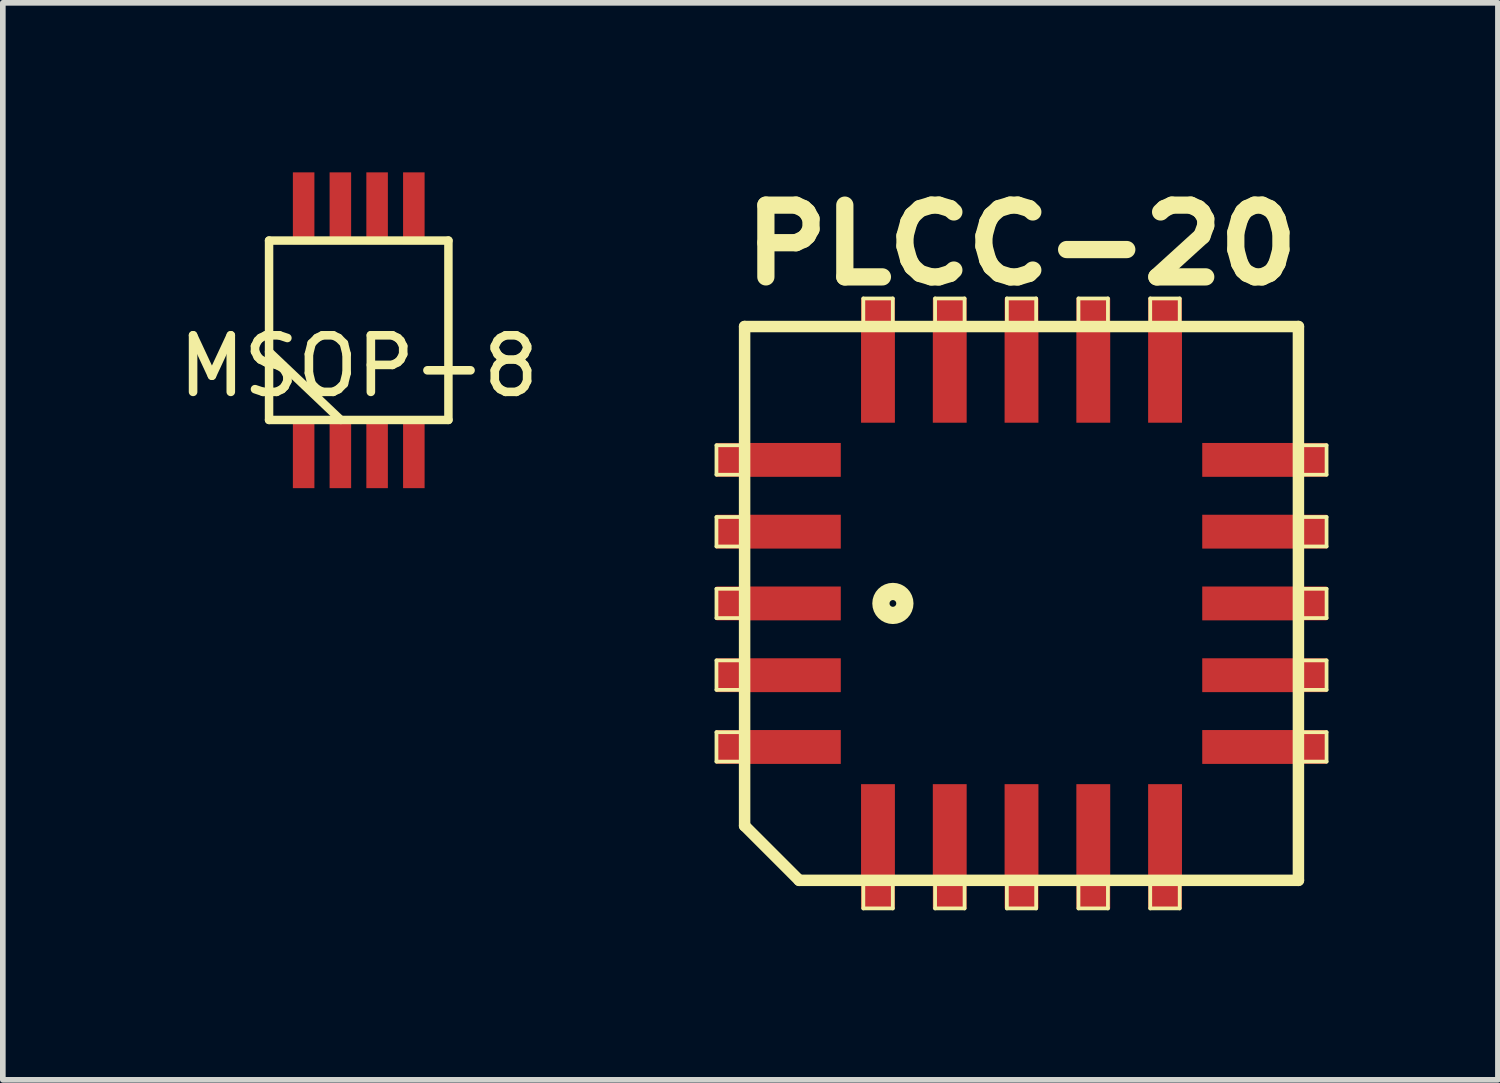
<source format=kicad_pcb>
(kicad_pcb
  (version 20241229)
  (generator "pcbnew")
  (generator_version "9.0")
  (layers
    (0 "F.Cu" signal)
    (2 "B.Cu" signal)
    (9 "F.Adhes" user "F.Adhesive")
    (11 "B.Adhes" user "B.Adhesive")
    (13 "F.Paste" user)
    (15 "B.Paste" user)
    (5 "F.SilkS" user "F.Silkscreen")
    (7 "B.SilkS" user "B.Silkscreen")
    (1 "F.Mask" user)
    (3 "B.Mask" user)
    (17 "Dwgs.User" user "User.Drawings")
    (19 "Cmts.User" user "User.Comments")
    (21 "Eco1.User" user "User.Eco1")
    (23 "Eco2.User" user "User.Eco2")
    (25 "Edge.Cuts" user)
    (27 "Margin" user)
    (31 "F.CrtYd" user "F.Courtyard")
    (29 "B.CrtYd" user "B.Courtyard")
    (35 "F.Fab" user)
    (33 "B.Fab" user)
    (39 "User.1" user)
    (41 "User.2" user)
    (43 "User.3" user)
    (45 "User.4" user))
  (footprint "MSOP-8"
    (layer "F.Cu")
    (at 3.298 2.794)
    (property "Reference" "MSOP-8" (at 0 0.635 0) (layer "F.SilkS") (effects (font (size 1.001 1.001) (thickness 0.152))))
    (attr through_hole)
    (fp_line (start -1.587 -1.587) (end -1.587 1.587) (stroke (width 0.15) (type solid)) (layer "F.SilkS"))
    (fp_line (start -1.587 1.587) (end 1.587 1.587) (stroke (width 0.15) (type solid)) (layer "F.SilkS"))
    (fp_line (start -0.318 1.587) (end -1.587 0.381) (stroke (width 0.15) (type solid)) (layer "F.SilkS"))
    (fp_line (start 1.587 -1.587) (end -1.587 -1.587) (stroke (width 0.15) (type solid)) (layer "F.SilkS"))
    (fp_line (start 1.587 1.587) (end 1.587 -1.587) (stroke (width 0.15) (type solid)) (layer "F.SilkS"))
    (pad "1" smd rect (at -0.975 2.159) (size 0.381 1.27) (layers "F.Cu" "F.Mask" "F.Paste"))
    (pad "2" smd rect (at -0.325 2.159) (size 0.381 1.27) (layers "F.Cu" "F.Mask" "F.Paste"))
    (pad "3" smd rect (at 0.325 2.159) (size 0.381 1.27) (layers "F.Cu" "F.Mask" "F.Paste"))
    (pad "4" smd rect (at 0.975 2.159) (size 0.381 1.27) (layers "F.Cu" "F.Mask" "F.Paste"))
    (pad "5" smd rect (at 0.975 -2.159) (size 0.381 1.27) (layers "F.Cu" "F.Mask" "F.Paste"))
    (pad "6" smd rect (at 0.325 -2.159) (size 0.381 1.27) (layers "F.Cu" "F.Mask" "F.Paste"))
    (pad "7" smd rect (at -0.325 -2.159) (size 0.381 1.27) (layers "F.Cu" "F.Mask" "F.Paste"))
    (pad "8" smd rect (at -0.975 -2.159) (size 0.381 1.27) (layers "F.Cu" "F.Mask" "F.Paste")))
  (footprint "PLCC-20"
    (layer "F.Cu")
    (at 13.756 7.628)
    (property "Reference" "PLCC-20" (at 1.27 -6.35 0) (layer "F.SilkS") (effects (font (size 1.27 1.397) (thickness 0.305))))
    (attr smd)
    (fp_line (start -4.128 -2.278) (end -4.128 -2.799) (stroke (width 0.066) (type solid)) (layer "F.SilkS"))
    (fp_line (start -4.128 -1.008) (end -4.128 -1.529) (stroke (width 0.066) (type solid)) (layer "F.SilkS"))
    (fp_line (start -4.128 0.259) (end -4.128 -0.259) (stroke (width 0.066) (type solid)) (layer "F.SilkS"))
    (fp_line (start -4.128 1.529) (end -4.128 1.008) (stroke (width 0.066) (type solid)) (layer "F.SilkS"))
    (fp_line (start -4.128 2.799) (end -4.128 2.278) (stroke (width 0.066) (type solid)) (layer "F.SilkS"))
    (fp_line (start -3.678 -2.799) (end -4.128 -2.799) (stroke (width 0.066) (type solid)) (layer "F.SilkS"))
    (fp_line (start -3.678 -2.278) (end -4.128 -2.278) (stroke (width 0.066) (type solid)) (layer "F.SilkS"))
    (fp_line (start -3.678 -2.278) (end -3.678 -2.799) (stroke (width 0.066) (type solid)) (layer "F.SilkS"))
    (fp_line (start -3.678 -1.529) (end -4.128 -1.529) (stroke (width 0.066) (type solid)) (layer "F.SilkS"))
    (fp_line (start -3.678 -1.008) (end -4.128 -1.008) (stroke (width 0.066) (type solid)) (layer "F.SilkS"))
    (fp_line (start -3.678 -1.008) (end -3.678 -1.529) (stroke (width 0.066) (type solid)) (layer "F.SilkS"))
    (fp_line (start -3.678 -0.259) (end -4.128 -0.259) (stroke (width 0.066) (type solid)) (layer "F.SilkS"))
    (fp_line (start -3.678 0.259) (end -4.128 0.259) (stroke (width 0.066) (type solid)) (layer "F.SilkS"))
    (fp_line (start -3.678 0.259) (end -3.678 -0.259) (stroke (width 0.066) (type solid)) (layer "F.SilkS"))
    (fp_line (start -3.678 1.008) (end -4.128 1.008) (stroke (width 0.066) (type solid)) (layer "F.SilkS"))
    (fp_line (start -3.678 1.529) (end -4.128 1.529) (stroke (width 0.066) (type solid)) (layer "F.SilkS"))
    (fp_line (start -3.678 1.529) (end -3.678 1.008) (stroke (width 0.066) (type solid)) (layer "F.SilkS"))
    (fp_line (start -3.678 2.278) (end -4.128 2.278) (stroke (width 0.066) (type solid)) (layer "F.SilkS"))
    (fp_line (start -3.678 2.799) (end -4.128 2.799) (stroke (width 0.066) (type solid)) (layer "F.SilkS"))
    (fp_line (start -3.678 2.799) (end -3.678 2.278) (stroke (width 0.066) (type solid)) (layer "F.SilkS"))
    (fp_line (start -3.63 -4.9) (end -3.63 3.934) (stroke (width 0.203) (type solid)) (layer "F.SilkS"))
    (fp_line (start -3.63 3.934) (end -2.664 4.9) (stroke (width 0.203) (type solid)) (layer "F.SilkS"))
    (fp_line (start -2.664 4.9) (end 6.17 4.9) (stroke (width 0.203) (type solid)) (layer "F.SilkS"))
    (fp_line (start -1.529 -4.948) (end -1.529 -5.397) (stroke (width 0.066) (type solid)) (layer "F.SilkS"))
    (fp_line (start -1.529 5.397) (end -1.529 4.948) (stroke (width 0.066) (type solid)) (layer "F.SilkS"))
    (fp_line (start -1.008 -5.397) (end -1.529 -5.397) (stroke (width 0.066) (type solid)) (layer "F.SilkS"))
    (fp_line (start -1.008 -4.948) (end -1.529 -4.948) (stroke (width 0.066) (type solid)) (layer "F.SilkS"))
    (fp_line (start -1.008 -4.948) (end -1.008 -5.397) (stroke (width 0.066) (type solid)) (layer "F.SilkS"))
    (fp_line (start -1.008 4.948) (end -1.529 4.948) (stroke (width 0.066) (type solid)) (layer "F.SilkS"))
    (fp_line (start -1.008 5.397) (end -1.529 5.397) (stroke (width 0.066) (type solid)) (layer "F.SilkS"))
    (fp_line (start -1.008 5.397) (end -1.008 4.948) (stroke (width 0.066) (type solid)) (layer "F.SilkS"))
    (fp_line (start -0.259 -4.948) (end -0.259 -5.397) (stroke (width 0.066) (type solid)) (layer "F.SilkS"))
    (fp_line (start -0.259 5.397) (end -0.259 4.948) (stroke (width 0.066) (type solid)) (layer "F.SilkS"))
    (fp_line (start 0.262 -5.397) (end -0.259 -5.397) (stroke (width 0.066) (type solid)) (layer "F.SilkS"))
    (fp_line (start 0.262 -4.948) (end -0.259 -4.948) (stroke (width 0.066) (type solid)) (layer "F.SilkS"))
    (fp_line (start 0.262 -4.948) (end 0.262 -5.397) (stroke (width 0.066) (type solid)) (layer "F.SilkS"))
    (fp_line (start 0.262 4.948) (end -0.259 4.948) (stroke (width 0.066) (type solid)) (layer "F.SilkS"))
    (fp_line (start 0.262 5.397) (end -0.259 5.397) (stroke (width 0.066) (type solid)) (layer "F.SilkS"))
    (fp_line (start 0.262 5.397) (end 0.262 4.948) (stroke (width 0.066) (type solid)) (layer "F.SilkS"))
    (fp_line (start 1.011 -4.948) (end 1.011 -5.397) (stroke (width 0.066) (type solid)) (layer "F.SilkS"))
    (fp_line (start 1.011 5.397) (end 1.011 4.948) (stroke (width 0.066) (type solid)) (layer "F.SilkS"))
    (fp_line (start 1.529 -5.397) (end 1.011 -5.397) (stroke (width 0.066) (type solid)) (layer "F.SilkS"))
    (fp_line (start 1.529 -4.948) (end 1.011 -4.948) (stroke (width 0.066) (type solid)) (layer "F.SilkS"))
    (fp_line (start 1.529 -4.948) (end 1.529 -5.397) (stroke (width 0.066) (type solid)) (layer "F.SilkS"))
    (fp_line (start 1.529 4.948) (end 1.011 4.948) (stroke (width 0.066) (type solid)) (layer "F.SilkS"))
    (fp_line (start 1.529 5.397) (end 1.011 5.397) (stroke (width 0.066) (type solid)) (layer "F.SilkS"))
    (fp_line (start 1.529 5.397) (end 1.529 4.948) (stroke (width 0.066) (type solid)) (layer "F.SilkS"))
    (fp_line (start 2.278 -4.948) (end 2.278 -5.397) (stroke (width 0.066) (type solid)) (layer "F.SilkS"))
    (fp_line (start 2.278 5.397) (end 2.278 4.948) (stroke (width 0.066) (type solid)) (layer "F.SilkS"))
    (fp_line (start 2.799 -5.397) (end 2.278 -5.397) (stroke (width 0.066) (type solid)) (layer "F.SilkS"))
    (fp_line (start 2.799 -4.948) (end 2.278 -4.948) (stroke (width 0.066) (type solid)) (layer "F.SilkS"))
    (fp_line (start 2.799 -4.948) (end 2.799 -5.397) (stroke (width 0.066) (type solid)) (layer "F.SilkS"))
    (fp_line (start 2.799 4.948) (end 2.278 4.948) (stroke (width 0.066) (type solid)) (layer "F.SilkS"))
    (fp_line (start 2.799 5.397) (end 2.278 5.397) (stroke (width 0.066) (type solid)) (layer "F.SilkS"))
    (fp_line (start 2.799 5.397) (end 2.799 4.948) (stroke (width 0.066) (type solid)) (layer "F.SilkS"))
    (fp_line (start 3.548 -4.948) (end 3.548 -5.397) (stroke (width 0.066) (type solid)) (layer "F.SilkS"))
    (fp_line (start 3.548 5.397) (end 3.548 4.948) (stroke (width 0.066) (type solid)) (layer "F.SilkS"))
    (fp_line (start 4.069 -5.397) (end 3.548 -5.397) (stroke (width 0.066) (type solid)) (layer "F.SilkS"))
    (fp_line (start 4.069 -4.948) (end 3.548 -4.948) (stroke (width 0.066) (type solid)) (layer "F.SilkS"))
    (fp_line (start 4.069 -4.948) (end 4.069 -5.397) (stroke (width 0.066) (type solid)) (layer "F.SilkS"))
    (fp_line (start 4.069 4.948) (end 3.548 4.948) (stroke (width 0.066) (type solid)) (layer "F.SilkS"))
    (fp_line (start 4.069 5.397) (end 3.548 5.397) (stroke (width 0.066) (type solid)) (layer "F.SilkS"))
    (fp_line (start 4.069 5.397) (end 4.069 4.948) (stroke (width 0.066) (type solid)) (layer "F.SilkS"))
    (fp_line (start 6.17 -4.9) (end -3.63 -4.9) (stroke (width 0.203) (type solid)) (layer "F.SilkS"))
    (fp_line (start 6.17 4.9) (end 6.17 -4.9) (stroke (width 0.203) (type solid)) (layer "F.SilkS"))
    (fp_line (start 6.218 -2.278) (end 6.218 -2.799) (stroke (width 0.066) (type solid)) (layer "F.SilkS"))
    (fp_line (start 6.218 -1.008) (end 6.218 -1.529) (stroke (width 0.066) (type solid)) (layer "F.SilkS"))
    (fp_line (start 6.218 0.259) (end 6.218 -0.259) (stroke (width 0.066) (type solid)) (layer "F.SilkS"))
    (fp_line (start 6.218 1.529) (end 6.218 1.008) (stroke (width 0.066) (type solid)) (layer "F.SilkS"))
    (fp_line (start 6.218 2.799) (end 6.218 2.278) (stroke (width 0.066) (type solid)) (layer "F.SilkS"))
    (fp_line (start 6.668 -2.799) (end 6.218 -2.799) (stroke (width 0.066) (type solid)) (layer "F.SilkS"))
    (fp_line (start 6.668 -2.278) (end 6.218 -2.278) (stroke (width 0.066) (type solid)) (layer "F.SilkS"))
    (fp_line (start 6.668 -2.278) (end 6.668 -2.799) (stroke (width 0.066) (type solid)) (layer "F.SilkS"))
    (fp_line (start 6.668 -1.529) (end 6.218 -1.529) (stroke (width 0.066) (type solid)) (layer "F.SilkS"))
    (fp_line (start 6.668 -1.008) (end 6.218 -1.008) (stroke (width 0.066) (type solid)) (layer "F.SilkS"))
    (fp_line (start 6.668 -1.008) (end 6.668 -1.529) (stroke (width 0.066) (type solid)) (layer "F.SilkS"))
    (fp_line (start 6.668 -0.259) (end 6.218 -0.259) (stroke (width 0.066) (type solid)) (layer "F.SilkS"))
    (fp_line (start 6.668 0.259) (end 6.218 0.259) (stroke (width 0.066) (type solid)) (layer "F.SilkS"))
    (fp_line (start 6.668 0.259) (end 6.668 -0.259) (stroke (width 0.066) (type solid)) (layer "F.SilkS"))
    (fp_line (start 6.668 1.008) (end 6.218 1.008) (stroke (width 0.066) (type solid)) (layer "F.SilkS"))
    (fp_line (start 6.668 1.529) (end 6.218 1.529) (stroke (width 0.066) (type solid)) (layer "F.SilkS"))
    (fp_line (start 6.668 1.529) (end 6.668 1.008) (stroke (width 0.066) (type solid)) (layer "F.SilkS"))
    (fp_line (start 6.668 2.278) (end 6.218 2.278) (stroke (width 0.066) (type solid)) (layer "F.SilkS"))
    (fp_line (start 6.668 2.799) (end 6.218 2.799) (stroke (width 0.066) (type solid)) (layer "F.SilkS"))
    (fp_line (start 6.668 2.799) (end 6.668 2.278) (stroke (width 0.066) (type solid)) (layer "F.SilkS"))
    (fp_circle (center -1.006 0) (end -1.156 0.15) (stroke (width 0.305) (type solid)) (fill no) (layer "F.SilkS"))
    (pad "1" smd rect (at -3.028 0 90) (size 0.599 2.2) (layers "F.Cu" "F.Mask" "F.Paste"))
    (pad "2" smd rect (at -3.028 1.27 90) (size 0.599 2.2) (layers "F.Cu" "F.Mask" "F.Paste"))
    (pad "3" smd rect (at -3.028 2.54 90) (size 0.599 2.2) (layers "F.Cu" "F.Mask" "F.Paste"))
    (pad "4" smd rect (at -1.27 4.298 90) (size 2.2 0.599) (layers "F.Cu" "F.Mask" "F.Paste"))
    (pad "5" smd rect (at 0 4.298 90) (size 2.2 0.599) (layers "F.Cu" "F.Mask" "F.Paste"))
    (pad "6" smd rect (at 1.27 4.298 90) (size 2.2 0.599) (layers "F.Cu" "F.Mask" "F.Paste"))
    (pad "7" smd rect (at 2.54 4.298 90) (size 2.2 0.599) (layers "F.Cu" "F.Mask" "F.Paste"))
    (pad "8" smd rect (at 3.81 4.298 90) (size 2.2 0.599) (layers "F.Cu" "F.Mask" "F.Paste"))
    (pad "9" smd rect (at 5.568 2.54 90) (size 0.599 2.2) (layers "F.Cu" "F.Mask" "F.Paste"))
    (pad "10" smd rect (at 5.568 1.27 90) (size 0.599 2.2) (layers "F.Cu" "F.Mask" "F.Paste"))
    (pad "11" smd rect (at 5.568 0 90) (size 0.599 2.2) (layers "F.Cu" "F.Mask" "F.Paste"))
    (pad "12" smd rect (at 5.568 -1.27 90) (size 0.599 2.2) (layers "F.Cu" "F.Mask" "F.Paste"))
    (pad "13" smd rect (at 5.568 -2.54 90) (size 0.599 2.2) (layers "F.Cu" "F.Mask" "F.Paste"))
    (pad "14" smd rect (at 3.81 -4.298 90) (size 2.2 0.599) (layers "F.Cu" "F.Mask" "F.Paste"))
    (pad "15" smd rect (at 2.54 -4.298 90) (size 2.2 0.599) (layers "F.Cu" "F.Mask" "F.Paste"))
    (pad "16" smd rect (at 1.27 -4.298 90) (size 2.2 0.599) (layers "F.Cu" "F.Mask" "F.Paste"))
    (pad "17" smd rect (at 0 -4.298 90) (size 2.2 0.599) (layers "F.Cu" "F.Mask" "F.Paste"))
    (pad "18" smd rect (at -1.27 -4.298 90) (size 2.2 0.599) (layers "F.Cu" "F.Mask" "F.Paste"))
    (pad "19" smd rect (at -3.028 -2.54 90) (size 0.599 2.2) (layers "F.Cu" "F.Mask" "F.Paste"))
    (pad "20" smd rect (at -3.028 -1.27 90) (size 0.599 2.2) (layers "F.Cu" "F.Mask" "F.Paste")))
  (gr_rect
    (start -3 -3)
    (end 23.456 16.058)
    (stroke (width 0.1) (type default))
    (fill no)
    (layer "Edge.Cuts")))
</source>
